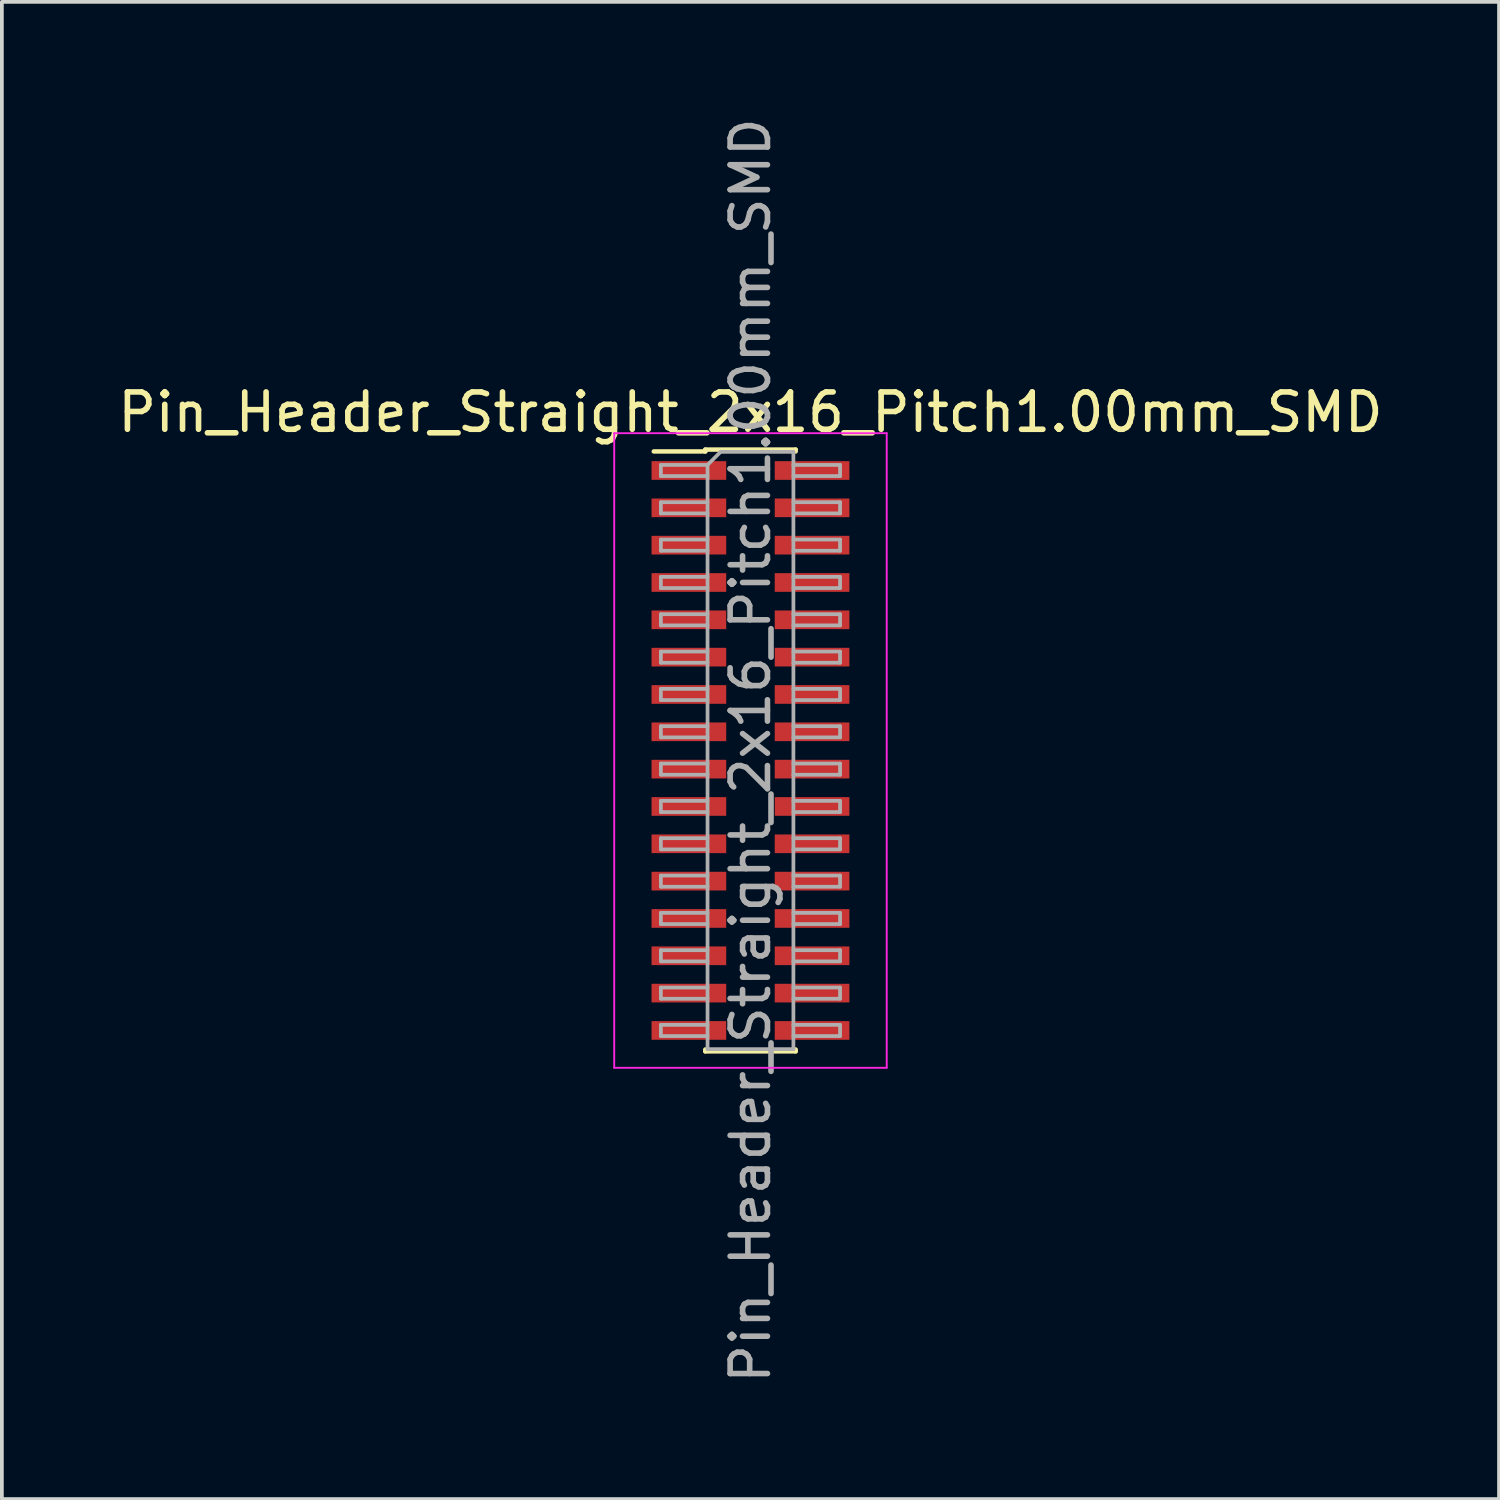
<source format=kicad_pcb>
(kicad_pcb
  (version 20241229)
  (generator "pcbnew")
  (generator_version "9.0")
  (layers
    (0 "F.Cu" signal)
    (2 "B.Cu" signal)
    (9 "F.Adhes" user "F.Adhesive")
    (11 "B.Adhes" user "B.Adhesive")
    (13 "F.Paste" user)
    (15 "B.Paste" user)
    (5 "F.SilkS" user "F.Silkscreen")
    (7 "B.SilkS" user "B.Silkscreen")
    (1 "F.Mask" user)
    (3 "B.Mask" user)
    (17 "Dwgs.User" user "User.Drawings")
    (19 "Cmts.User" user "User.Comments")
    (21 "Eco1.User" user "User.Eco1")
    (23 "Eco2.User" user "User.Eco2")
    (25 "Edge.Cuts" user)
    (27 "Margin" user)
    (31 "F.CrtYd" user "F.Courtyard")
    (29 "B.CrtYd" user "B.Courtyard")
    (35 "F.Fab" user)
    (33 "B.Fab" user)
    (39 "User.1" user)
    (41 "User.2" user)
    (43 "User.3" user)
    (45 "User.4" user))
  (footprint "Pin_Header_Straight_2x16_Pitch1.00mm_SMD"
    (layer "F.Cu")
    (at 17.054 17.054)
    (property "Reference" "Pin_Header_Straight_2x16_Pitch1.00mm_SMD" (at 0 -9.06 0) (layer "F.SilkS") (effects (font (size 1 1) (thickness 0.15))))
    (attr smd)
    (fp_line (start -2.59 -8.01) (end -1.21 -8.01) (stroke (width 0.12) (type solid)) (layer "F.SilkS"))
    (fp_line (start -1.21 -8.06) (end -1.21 -8.01) (stroke (width 0.12) (type solid)) (layer "F.SilkS"))
    (fp_line (start -1.21 -8.06) (end 1.21 -8.06) (stroke (width 0.12) (type solid)) (layer "F.SilkS"))
    (fp_line (start -1.21 8.01) (end -1.21 8.06) (stroke (width 0.12) (type solid)) (layer "F.SilkS"))
    (fp_line (start -1.21 8.06) (end 1.21 8.06) (stroke (width 0.12) (type solid)) (layer "F.SilkS"))
    (fp_line (start 1.21 -8.06) (end 1.21 -8.01) (stroke (width 0.12) (type solid)) (layer "F.SilkS"))
    (fp_line (start 1.21 8.01) (end 1.21 8.06) (stroke (width 0.12) (type solid)) (layer "F.SilkS"))
    (fp_line (start -3.65 -8.5) (end -3.65 8.5) (stroke (width 0.05) (type solid)) (layer "F.CrtYd"))
    (fp_line (start -3.65 8.5) (end 3.65 8.5) (stroke (width 0.05) (type solid)) (layer "F.CrtYd"))
    (fp_line (start 3.65 -8.5) (end -3.65 -8.5) (stroke (width 0.05) (type solid)) (layer "F.CrtYd"))
    (fp_line (start 3.65 8.5) (end 3.65 -8.5) (stroke (width 0.05) (type solid)) (layer "F.CrtYd"))
    (fp_line (start -2.4 -7.65) (end -2.4 -7.35) (stroke (width 0.1) (type solid)) (layer "F.Fab"))
    (fp_line (start -2.4 -7.35) (end -1.15 -7.35) (stroke (width 0.1) (type solid)) (layer "F.Fab"))
    (fp_line (start -2.4 -6.65) (end -2.4 -6.35) (stroke (width 0.1) (type solid)) (layer "F.Fab"))
    (fp_line (start -2.4 -6.35) (end -1.15 -6.35) (stroke (width 0.1) (type solid)) (layer "F.Fab"))
    (fp_line (start -2.4 -5.65) (end -2.4 -5.35) (stroke (width 0.1) (type solid)) (layer "F.Fab"))
    (fp_line (start -2.4 -5.35) (end -1.15 -5.35) (stroke (width 0.1) (type solid)) (layer "F.Fab"))
    (fp_line (start -2.4 -4.65) (end -2.4 -4.35) (stroke (width 0.1) (type solid)) (layer "F.Fab"))
    (fp_line (start -2.4 -4.35) (end -1.15 -4.35) (stroke (width 0.1) (type solid)) (layer "F.Fab"))
    (fp_line (start -2.4 -3.65) (end -2.4 -3.35) (stroke (width 0.1) (type solid)) (layer "F.Fab"))
    (fp_line (start -2.4 -3.35) (end -1.15 -3.35) (stroke (width 0.1) (type solid)) (layer "F.Fab"))
    (fp_line (start -2.4 -2.65) (end -2.4 -2.35) (stroke (width 0.1) (type solid)) (layer "F.Fab"))
    (fp_line (start -2.4 -2.35) (end -1.15 -2.35) (stroke (width 0.1) (type solid)) (layer "F.Fab"))
    (fp_line (start -2.4 -1.65) (end -2.4 -1.35) (stroke (width 0.1) (type solid)) (layer "F.Fab"))
    (fp_line (start -2.4 -1.35) (end -1.15 -1.35) (stroke (width 0.1) (type solid)) (layer "F.Fab"))
    (fp_line (start -2.4 -0.65) (end -2.4 -0.35) (stroke (width 0.1) (type solid)) (layer "F.Fab"))
    (fp_line (start -2.4 -0.35) (end -1.15 -0.35) (stroke (width 0.1) (type solid)) (layer "F.Fab"))
    (fp_line (start -2.4 0.35) (end -2.4 0.65) (stroke (width 0.1) (type solid)) (layer "F.Fab"))
    (fp_line (start -2.4 0.65) (end -1.15 0.65) (stroke (width 0.1) (type solid)) (layer "F.Fab"))
    (fp_line (start -2.4 1.35) (end -2.4 1.65) (stroke (width 0.1) (type solid)) (layer "F.Fab"))
    (fp_line (start -2.4 1.65) (end -1.15 1.65) (stroke (width 0.1) (type solid)) (layer "F.Fab"))
    (fp_line (start -2.4 2.35) (end -2.4 2.65) (stroke (width 0.1) (type solid)) (layer "F.Fab"))
    (fp_line (start -2.4 2.65) (end -1.15 2.65) (stroke (width 0.1) (type solid)) (layer "F.Fab"))
    (fp_line (start -2.4 3.35) (end -2.4 3.65) (stroke (width 0.1) (type solid)) (layer "F.Fab"))
    (fp_line (start -2.4 3.65) (end -1.15 3.65) (stroke (width 0.1) (type solid)) (layer "F.Fab"))
    (fp_line (start -2.4 4.35) (end -2.4 4.65) (stroke (width 0.1) (type solid)) (layer "F.Fab"))
    (fp_line (start -2.4 4.65) (end -1.15 4.65) (stroke (width 0.1) (type solid)) (layer "F.Fab"))
    (fp_line (start -2.4 5.35) (end -2.4 5.65) (stroke (width 0.1) (type solid)) (layer "F.Fab"))
    (fp_line (start -2.4 5.65) (end -1.15 5.65) (stroke (width 0.1) (type solid)) (layer "F.Fab"))
    (fp_line (start -2.4 6.35) (end -2.4 6.65) (stroke (width 0.1) (type solid)) (layer "F.Fab"))
    (fp_line (start -2.4 6.65) (end -1.15 6.65) (stroke (width 0.1) (type solid)) (layer "F.Fab"))
    (fp_line (start -2.4 7.35) (end -2.4 7.65) (stroke (width 0.1) (type solid)) (layer "F.Fab"))
    (fp_line (start -2.4 7.65) (end -1.15 7.65) (stroke (width 0.1) (type solid)) (layer "F.Fab"))
    (fp_line (start -1.15 -7.65) (end -2.4 -7.65) (stroke (width 0.1) (type solid)) (layer "F.Fab"))
    (fp_line (start -1.15 -7.65) (end -0.8 -8) (stroke (width 0.1) (type solid)) (layer "F.Fab"))
    (fp_line (start -1.15 -6.65) (end -2.4 -6.65) (stroke (width 0.1) (type solid)) (layer "F.Fab"))
    (fp_line (start -1.15 -5.65) (end -2.4 -5.65) (stroke (width 0.1) (type solid)) (layer "F.Fab"))
    (fp_line (start -1.15 -4.65) (end -2.4 -4.65) (stroke (width 0.1) (type solid)) (layer "F.Fab"))
    (fp_line (start -1.15 -3.65) (end -2.4 -3.65) (stroke (width 0.1) (type solid)) (layer "F.Fab"))
    (fp_line (start -1.15 -2.65) (end -2.4 -2.65) (stroke (width 0.1) (type solid)) (layer "F.Fab"))
    (fp_line (start -1.15 -1.65) (end -2.4 -1.65) (stroke (width 0.1) (type solid)) (layer "F.Fab"))
    (fp_line (start -1.15 -0.65) (end -2.4 -0.65) (stroke (width 0.1) (type solid)) (layer "F.Fab"))
    (fp_line (start -1.15 0.35) (end -2.4 0.35) (stroke (width 0.1) (type solid)) (layer "F.Fab"))
    (fp_line (start -1.15 1.35) (end -2.4 1.35) (stroke (width 0.1) (type solid)) (layer "F.Fab"))
    (fp_line (start -1.15 2.35) (end -2.4 2.35) (stroke (width 0.1) (type solid)) (layer "F.Fab"))
    (fp_line (start -1.15 3.35) (end -2.4 3.35) (stroke (width 0.1) (type solid)) (layer "F.Fab"))
    (fp_line (start -1.15 4.35) (end -2.4 4.35) (stroke (width 0.1) (type solid)) (layer "F.Fab"))
    (fp_line (start -1.15 5.35) (end -2.4 5.35) (stroke (width 0.1) (type solid)) (layer "F.Fab"))
    (fp_line (start -1.15 6.35) (end -2.4 6.35) (stroke (width 0.1) (type solid)) (layer "F.Fab"))
    (fp_line (start -1.15 7.35) (end -2.4 7.35) (stroke (width 0.1) (type solid)) (layer "F.Fab"))
    (fp_line (start -1.15 8) (end -1.15 -7.65) (stroke (width 0.1) (type solid)) (layer "F.Fab"))
    (fp_line (start -0.8 -8) (end 1.15 -8) (stroke (width 0.1) (type solid)) (layer "F.Fab"))
    (fp_line (start 1.15 -8) (end 1.15 8) (stroke (width 0.1) (type solid)) (layer "F.Fab"))
    (fp_line (start 1.15 -7.65) (end 2.4 -7.65) (stroke (width 0.1) (type solid)) (layer "F.Fab"))
    (fp_line (start 1.15 -6.65) (end 2.4 -6.65) (stroke (width 0.1) (type solid)) (layer "F.Fab"))
    (fp_line (start 1.15 -5.65) (end 2.4 -5.65) (stroke (width 0.1) (type solid)) (layer "F.Fab"))
    (fp_line (start 1.15 -4.65) (end 2.4 -4.65) (stroke (width 0.1) (type solid)) (layer "F.Fab"))
    (fp_line (start 1.15 -3.65) (end 2.4 -3.65) (stroke (width 0.1) (type solid)) (layer "F.Fab"))
    (fp_line (start 1.15 -2.65) (end 2.4 -2.65) (stroke (width 0.1) (type solid)) (layer "F.Fab"))
    (fp_line (start 1.15 -1.65) (end 2.4 -1.65) (stroke (width 0.1) (type solid)) (layer "F.Fab"))
    (fp_line (start 1.15 -0.65) (end 2.4 -0.65) (stroke (width 0.1) (type solid)) (layer "F.Fab"))
    (fp_line (start 1.15 0.35) (end 2.4 0.35) (stroke (width 0.1) (type solid)) (layer "F.Fab"))
    (fp_line (start 1.15 1.35) (end 2.4 1.35) (stroke (width 0.1) (type solid)) (layer "F.Fab"))
    (fp_line (start 1.15 2.35) (end 2.4 2.35) (stroke (width 0.1) (type solid)) (layer "F.Fab"))
    (fp_line (start 1.15 3.35) (end 2.4 3.35) (stroke (width 0.1) (type solid)) (layer "F.Fab"))
    (fp_line (start 1.15 4.35) (end 2.4 4.35) (stroke (width 0.1) (type solid)) (layer "F.Fab"))
    (fp_line (start 1.15 5.35) (end 2.4 5.35) (stroke (width 0.1) (type solid)) (layer "F.Fab"))
    (fp_line (start 1.15 6.35) (end 2.4 6.35) (stroke (width 0.1) (type solid)) (layer "F.Fab"))
    (fp_line (start 1.15 7.35) (end 2.4 7.35) (stroke (width 0.1) (type solid)) (layer "F.Fab"))
    (fp_line (start 1.15 8) (end -1.15 8) (stroke (width 0.1) (type solid)) (layer "F.Fab"))
    (fp_line (start 2.4 -7.65) (end 2.4 -7.35) (stroke (width 0.1) (type solid)) (layer "F.Fab"))
    (fp_line (start 2.4 -7.35) (end 1.15 -7.35) (stroke (width 0.1) (type solid)) (layer "F.Fab"))
    (fp_line (start 2.4 -6.65) (end 2.4 -6.35) (stroke (width 0.1) (type solid)) (layer "F.Fab"))
    (fp_line (start 2.4 -6.35) (end 1.15 -6.35) (stroke (width 0.1) (type solid)) (layer "F.Fab"))
    (fp_line (start 2.4 -5.65) (end 2.4 -5.35) (stroke (width 0.1) (type solid)) (layer "F.Fab"))
    (fp_line (start 2.4 -5.35) (end 1.15 -5.35) (stroke (width 0.1) (type solid)) (layer "F.Fab"))
    (fp_line (start 2.4 -4.65) (end 2.4 -4.35) (stroke (width 0.1) (type solid)) (layer "F.Fab"))
    (fp_line (start 2.4 -4.35) (end 1.15 -4.35) (stroke (width 0.1) (type solid)) (layer "F.Fab"))
    (fp_line (start 2.4 -3.65) (end 2.4 -3.35) (stroke (width 0.1) (type solid)) (layer "F.Fab"))
    (fp_line (start 2.4 -3.35) (end 1.15 -3.35) (stroke (width 0.1) (type solid)) (layer "F.Fab"))
    (fp_line (start 2.4 -2.65) (end 2.4 -2.35) (stroke (width 0.1) (type solid)) (layer "F.Fab"))
    (fp_line (start 2.4 -2.35) (end 1.15 -2.35) (stroke (width 0.1) (type solid)) (layer "F.Fab"))
    (fp_line (start 2.4 -1.65) (end 2.4 -1.35) (stroke (width 0.1) (type solid)) (layer "F.Fab"))
    (fp_line (start 2.4 -1.35) (end 1.15 -1.35) (stroke (width 0.1) (type solid)) (layer "F.Fab"))
    (fp_line (start 2.4 -0.65) (end 2.4 -0.35) (stroke (width 0.1) (type solid)) (layer "F.Fab"))
    (fp_line (start 2.4 -0.35) (end 1.15 -0.35) (stroke (width 0.1) (type solid)) (layer "F.Fab"))
    (fp_line (start 2.4 0.35) (end 2.4 0.65) (stroke (width 0.1) (type solid)) (layer "F.Fab"))
    (fp_line (start 2.4 0.65) (end 1.15 0.65) (stroke (width 0.1) (type solid)) (layer "F.Fab"))
    (fp_line (start 2.4 1.35) (end 2.4 1.65) (stroke (width 0.1) (type solid)) (layer "F.Fab"))
    (fp_line (start 2.4 1.65) (end 1.15 1.65) (stroke (width 0.1) (type solid)) (layer "F.Fab"))
    (fp_line (start 2.4 2.35) (end 2.4 2.65) (stroke (width 0.1) (type solid)) (layer "F.Fab"))
    (fp_line (start 2.4 2.65) (end 1.15 2.65) (stroke (width 0.1) (type solid)) (layer "F.Fab"))
    (fp_line (start 2.4 3.35) (end 2.4 3.65) (stroke (width 0.1) (type solid)) (layer "F.Fab"))
    (fp_line (start 2.4 3.65) (end 1.15 3.65) (stroke (width 0.1) (type solid)) (layer "F.Fab"))
    (fp_line (start 2.4 4.35) (end 2.4 4.65) (stroke (width 0.1) (type solid)) (layer "F.Fab"))
    (fp_line (start 2.4 4.65) (end 1.15 4.65) (stroke (width 0.1) (type solid)) (layer "F.Fab"))
    (fp_line (start 2.4 5.35) (end 2.4 5.65) (stroke (width 0.1) (type solid)) (layer "F.Fab"))
    (fp_line (start 2.4 5.65) (end 1.15 5.65) (stroke (width 0.1) (type solid)) (layer "F.Fab"))
    (fp_line (start 2.4 6.35) (end 2.4 6.65) (stroke (width 0.1) (type solid)) (layer "F.Fab"))
    (fp_line (start 2.4 6.65) (end 1.15 6.65) (stroke (width 0.1) (type solid)) (layer "F.Fab"))
    (fp_line (start 2.4 7.35) (end 2.4 7.65) (stroke (width 0.1) (type solid)) (layer "F.Fab"))
    (fp_line (start 2.4 7.65) (end 1.15 7.65) (stroke (width 0.1) (type solid)) (layer "F.Fab"))
    (fp_text user "${REFERENCE}" (at 0 0 90) (layer "F.Fab") (effects (font (size 1 1) (thickness 0.15))))
    (pad "1" smd rect (at -1.65 -7.5) (size 2 0.5) (layers "F.Cu" "F.Mask" "F.Paste"))
    (pad "2" smd rect (at 1.65 -7.5) (size 2 0.5) (layers "F.Cu" "F.Mask" "F.Paste"))
    (pad "3" smd rect (at -1.65 -6.5) (size 2 0.5) (layers "F.Cu" "F.Mask" "F.Paste"))
    (pad "4" smd rect (at 1.65 -6.5) (size 2 0.5) (layers "F.Cu" "F.Mask" "F.Paste"))
    (pad "5" smd rect (at -1.65 -5.5) (size 2 0.5) (layers "F.Cu" "F.Mask" "F.Paste"))
    (pad "6" smd rect (at 1.65 -5.5) (size 2 0.5) (layers "F.Cu" "F.Mask" "F.Paste"))
    (pad "7" smd rect (at -1.65 -4.5) (size 2 0.5) (layers "F.Cu" "F.Mask" "F.Paste"))
    (pad "8" smd rect (at 1.65 -4.5) (size 2 0.5) (layers "F.Cu" "F.Mask" "F.Paste"))
    (pad "9" smd rect (at -1.65 -3.5) (size 2 0.5) (layers "F.Cu" "F.Mask" "F.Paste"))
    (pad "10" smd rect (at 1.65 -3.5) (size 2 0.5) (layers "F.Cu" "F.Mask" "F.Paste"))
    (pad "11" smd rect (at -1.65 -2.5) (size 2 0.5) (layers "F.Cu" "F.Mask" "F.Paste"))
    (pad "12" smd rect (at 1.65 -2.5) (size 2 0.5) (layers "F.Cu" "F.Mask" "F.Paste"))
    (pad "13" smd rect (at -1.65 -1.5) (size 2 0.5) (layers "F.Cu" "F.Mask" "F.Paste"))
    (pad "14" smd rect (at 1.65 -1.5) (size 2 0.5) (layers "F.Cu" "F.Mask" "F.Paste"))
    (pad "15" smd rect (at -1.65 -0.5) (size 2 0.5) (layers "F.Cu" "F.Mask" "F.Paste"))
    (pad "16" smd rect (at 1.65 -0.5) (size 2 0.5) (layers "F.Cu" "F.Mask" "F.Paste"))
    (pad "17" smd rect (at -1.65 0.5) (size 2 0.5) (layers "F.Cu" "F.Mask" "F.Paste"))
    (pad "18" smd rect (at 1.65 0.5) (size 2 0.5) (layers "F.Cu" "F.Mask" "F.Paste"))
    (pad "19" smd rect (at -1.65 1.5) (size 2 0.5) (layers "F.Cu" "F.Mask" "F.Paste"))
    (pad "20" smd rect (at 1.65 1.5) (size 2 0.5) (layers "F.Cu" "F.Mask" "F.Paste"))
    (pad "21" smd rect (at -1.65 2.5) (size 2 0.5) (layers "F.Cu" "F.Mask" "F.Paste"))
    (pad "22" smd rect (at 1.65 2.5) (size 2 0.5) (layers "F.Cu" "F.Mask" "F.Paste"))
    (pad "23" smd rect (at -1.65 3.5) (size 2 0.5) (layers "F.Cu" "F.Mask" "F.Paste"))
    (pad "24" smd rect (at 1.65 3.5) (size 2 0.5) (layers "F.Cu" "F.Mask" "F.Paste"))
    (pad "25" smd rect (at -1.65 4.5) (size 2 0.5) (layers "F.Cu" "F.Mask" "F.Paste"))
    (pad "26" smd rect (at 1.65 4.5) (size 2 0.5) (layers "F.Cu" "F.Mask" "F.Paste"))
    (pad "27" smd rect (at -1.65 5.5) (size 2 0.5) (layers "F.Cu" "F.Mask" "F.Paste"))
    (pad "28" smd rect (at 1.65 5.5) (size 2 0.5) (layers "F.Cu" "F.Mask" "F.Paste"))
    (pad "29" smd rect (at -1.65 6.5) (size 2 0.5) (layers "F.Cu" "F.Mask" "F.Paste"))
    (pad "30" smd rect (at 1.65 6.5) (size 2 0.5) (layers "F.Cu" "F.Mask" "F.Paste"))
    (pad "31" smd rect (at -1.65 7.5) (size 2 0.5) (layers "F.Cu" "F.Mask" "F.Paste"))
    (pad "32" smd rect (at 1.65 7.5) (size 2 0.5) (layers "F.Cu" "F.Mask" "F.Paste")))
  (gr_rect
    (start -3 -3)
    (end 37.107 37.107)
    (stroke (width 0.1) (type default))
    (fill no)
    (layer "Edge.Cuts")))
</source>
